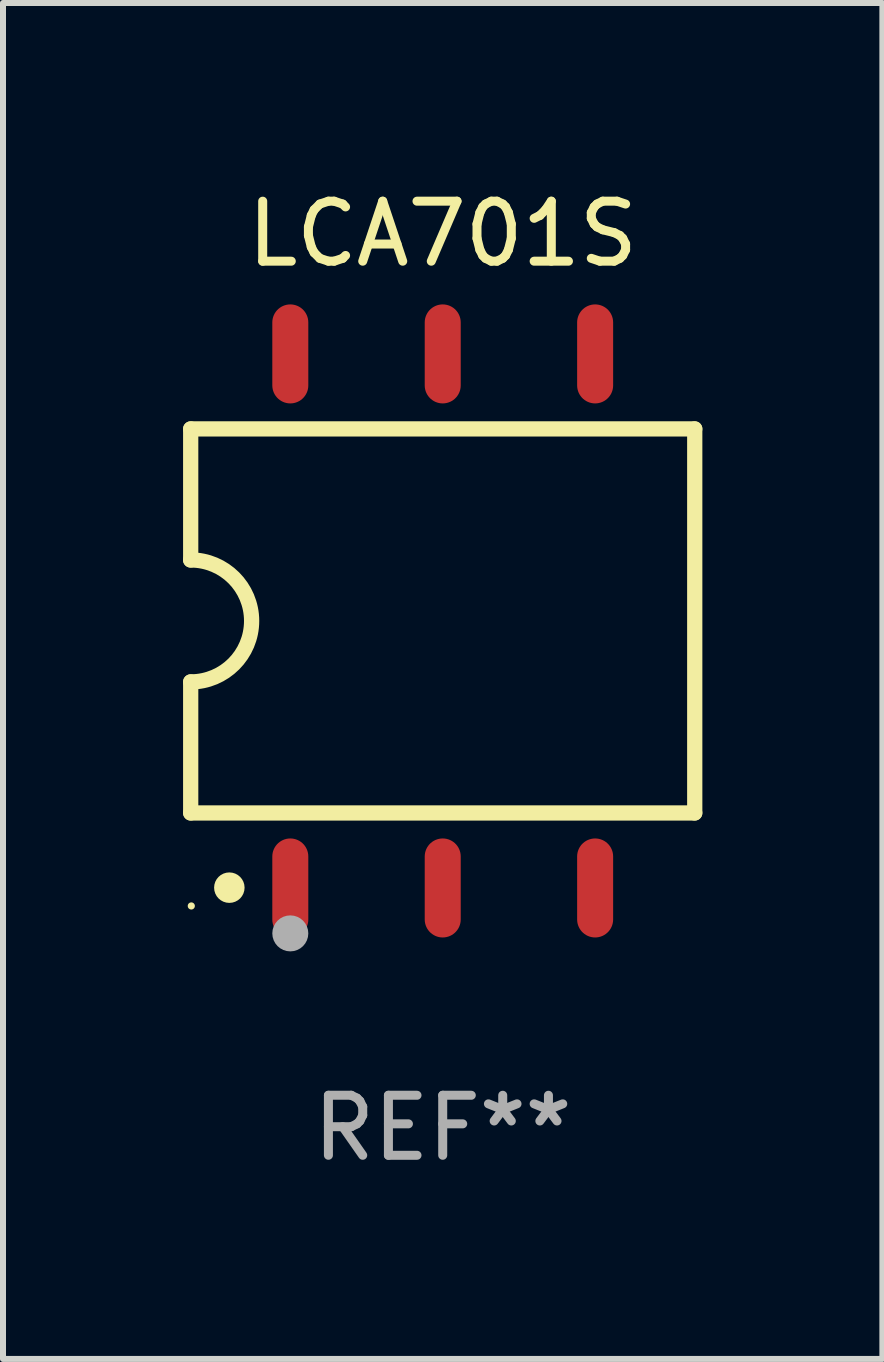
<source format=kicad_pcb>
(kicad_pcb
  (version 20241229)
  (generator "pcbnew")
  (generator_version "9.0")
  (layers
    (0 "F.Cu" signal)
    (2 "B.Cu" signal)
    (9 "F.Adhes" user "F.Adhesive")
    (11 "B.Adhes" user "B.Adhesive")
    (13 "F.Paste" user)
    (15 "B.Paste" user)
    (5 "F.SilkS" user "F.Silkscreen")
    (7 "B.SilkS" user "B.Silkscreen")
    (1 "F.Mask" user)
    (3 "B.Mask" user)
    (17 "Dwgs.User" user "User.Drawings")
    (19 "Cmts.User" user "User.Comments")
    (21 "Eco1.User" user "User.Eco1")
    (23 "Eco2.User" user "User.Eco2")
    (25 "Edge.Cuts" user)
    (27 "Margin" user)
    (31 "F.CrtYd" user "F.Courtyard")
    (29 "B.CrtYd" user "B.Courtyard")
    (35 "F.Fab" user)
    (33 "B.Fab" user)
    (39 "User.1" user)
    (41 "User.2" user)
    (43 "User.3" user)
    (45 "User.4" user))
  (footprint "LCA701S"
    (layer "F.Cu")
    (at 4.328 7.298)
    (property "Reference" "LCA701S" (at 0 -6.45 0) (layer "F.SilkS") (effects (font (size 1 1) (thickness 0.15))))
    (attr through_hole)
    (fp_line (start -4.2 -3.2) (end -4.2 -1.016) (stroke (width 0.254) (type solid)) (layer "F.SilkS"))
    (fp_line (start -4.2 -3.2) (end 4.2 -3.2) (stroke (width 0.254) (type solid)) (layer "F.SilkS"))
    (fp_line (start -4.2 3.2) (end -4.2 1.016) (stroke (width 0.254) (type solid)) (layer "F.SilkS"))
    (fp_line (start 4.2 -3.2) (end 4.2 3.2) (stroke (width 0.254) (type solid)) (layer "F.SilkS"))
    (fp_line (start 4.2 3.2) (end -4.2 3.2) (stroke (width 0.254) (type solid)) (layer "F.SilkS"))
    (fp_arc (start -4.201169 -1.016003) (mid -3.185166 -0.000585) (end -4.2 1.016002) (stroke (width 0.254001) (type solid)) (layer "F.SilkS"))
    (fp_circle (center -4.19 4.75) (end -4.16 4.75) (stroke (width 0.06) (type solid)) (fill no) (layer "F.SilkS"))
    (fp_circle (center -3.556 4.445) (end -3.429 4.445) (stroke (width 0.254) (type solid)) (fill no) (layer "F.SilkS"))
    (fp_circle (center -2.54 5.207) (end -2.39 5.207) (stroke (width 0.3) (type solid)) (fill no) (layer "F.Fab"))
    (fp_text user "REF**" (at 0 8.45 0) (layer "F.Fab") (effects (font (size 1 1) (thickness 0.15))))
    (pad "1" smd oval (at -2.54 4.45 90) (size 1.65 0.6) (layers "F.Cu" "F.Mask" "F.Paste"))
    (pad "2" smd oval (at 0 4.45 90) (size 1.65 0.6) (layers "F.Cu" "F.Mask" "F.Paste"))
    (pad "3" smd oval (at 2.54 4.45 90) (size 1.65 0.6) (layers "F.Cu" "F.Mask" "F.Paste"))
    (pad "4" smd oval (at 2.54 -4.45 90) (size 1.65 0.6) (layers "F.Cu" "F.Mask" "F.Paste"))
    (pad "5" smd oval (at 0 -4.45 90) (size 1.65 0.6) (layers "F.Cu" "F.Mask" "F.Paste"))
    (pad "6" smd oval (at -2.54 -4.45 90) (size 1.65 0.6) (layers "F.Cu" "F.Mask" "F.Paste")))
  (gr_rect
    (start -3 -3)
    (end 11.655 19.597)
    (stroke (width 0.1) (type default))
    (fill no)
    (layer "Edge.Cuts")))
</source>
